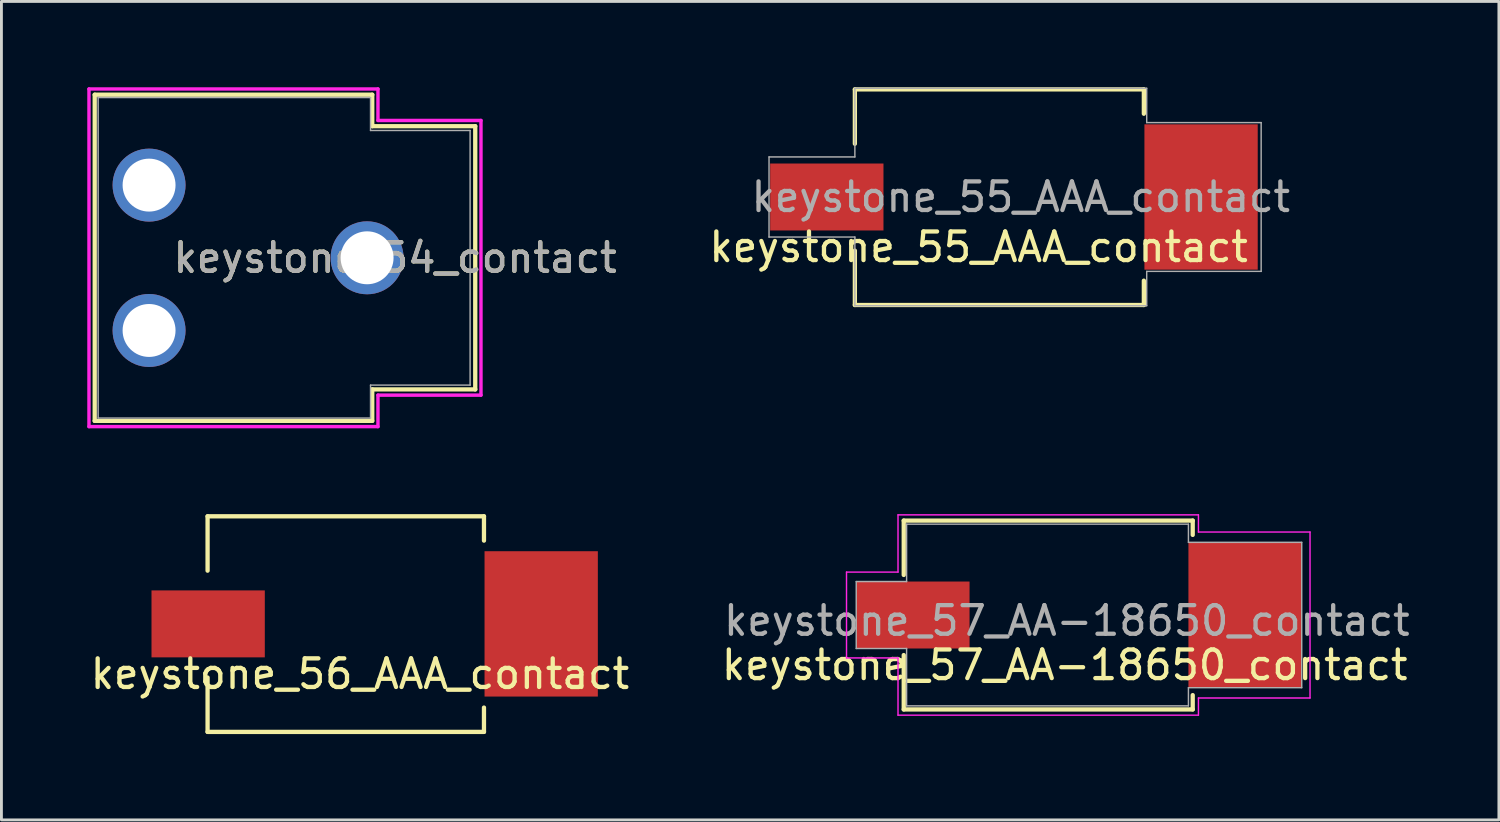
<source format=kicad_pcb>
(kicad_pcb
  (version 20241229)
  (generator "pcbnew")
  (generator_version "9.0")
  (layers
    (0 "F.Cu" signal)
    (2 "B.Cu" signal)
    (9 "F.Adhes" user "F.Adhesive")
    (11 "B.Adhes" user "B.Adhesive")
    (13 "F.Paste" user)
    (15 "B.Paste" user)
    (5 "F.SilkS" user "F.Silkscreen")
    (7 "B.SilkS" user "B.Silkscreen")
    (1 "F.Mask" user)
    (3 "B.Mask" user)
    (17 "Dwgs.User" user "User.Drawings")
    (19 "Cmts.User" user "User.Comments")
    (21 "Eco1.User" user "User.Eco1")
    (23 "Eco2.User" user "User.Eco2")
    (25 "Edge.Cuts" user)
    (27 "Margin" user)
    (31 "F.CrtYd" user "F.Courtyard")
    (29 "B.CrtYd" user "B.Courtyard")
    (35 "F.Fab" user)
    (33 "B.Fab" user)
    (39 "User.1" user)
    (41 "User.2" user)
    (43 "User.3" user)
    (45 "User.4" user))
  (footprint "keystone_56_AAA_contact"
    (layer "F.Cu")
    (at 6.205 18.755)
    (property "Reference" "keystone_56_AAA_contact" (at 3.325 1.75 0) (layer "F.SilkS") (effects (font (size 1 1) (thickness 0.15))))
    (attr through_hole)
    (fp_line (start -2 -3.76) (end -2 -1.86) (stroke (width 0.15) (type solid)) (layer "F.SilkS"))
    (fp_line (start -2 -3.76) (end 7.66 -3.76) (stroke (width 0.15) (type solid)) (layer "F.SilkS"))
    (fp_line (start -2 3.775) (end -2 1.875) (stroke (width 0.15) (type solid)) (layer "F.SilkS"))
    (fp_line (start -2 3.775) (end 7.66 3.775) (stroke (width 0.15) (type solid)) (layer "F.SilkS"))
    (fp_line (start 7.66 -3.76) (end 7.66 -2.91) (stroke (width 0.15) (type solid)) (layer "F.SilkS"))
    (fp_line (start 7.66 3.775) (end 7.66 2.925) (stroke (width 0.15) (type solid)) (layer "F.SilkS"))
    (pad "1" smd rect (at -1.98 0) (size 3.96 2.34) (layers "F.Cu" "F.Mask" "F.Paste"))
    (pad "1" smd rect (at 9.66 0) (size 3.96 5.08) (layers "F.Cu" "F.Mask" "F.Paste")))
  (footprint "keystone_57_AA-18650_contact"
    (layer "F.Cu")
    (at 30.836 18.445)
    (property "Reference" "keystone_57_AA-18650_contact" (at 3.325 1.75 0) (layer "F.SilkS") (effects (font (size 1 1) (thickness 0.15))))
    (attr smd)
    (fp_line (start -2.3 -3.3) (end -2.3 -1.4) (stroke (width 0.15) (type solid)) (layer "F.SilkS"))
    (fp_line (start -2.3 -3.3) (end 7.8 -3.3) (stroke (width 0.15) (type solid)) (layer "F.SilkS"))
    (fp_line (start -2.3 3.3) (end -2.3 1.4) (stroke (width 0.15) (type solid)) (layer "F.SilkS"))
    (fp_line (start -2.3 3.3) (end 7.8 3.3) (stroke (width 0.15) (type solid)) (layer "F.SilkS"))
    (fp_line (start 7.8 -2.8) (end 7.8 -3.3) (stroke (width 0.15) (type solid)) (layer "F.SilkS"))
    (fp_line (start 7.8 2.8) (end 7.8 3.3) (stroke (width 0.15) (type solid)) (layer "F.SilkS"))
    (fp_line (start -4.3 -1.5) (end -2.5 -1.5) (stroke (width 0.05) (type default)) (layer "F.CrtYd"))
    (fp_line (start -4.3 1.5) (end -4.3 -1.5) (stroke (width 0.05) (type default)) (layer "F.CrtYd"))
    (fp_line (start -2.5 -3.5) (end 8 -3.5) (stroke (width 0.05) (type default)) (layer "F.CrtYd"))
    (fp_line (start -2.5 -1.5) (end -2.5 -3.5) (stroke (width 0.05) (type default)) (layer "F.CrtYd"))
    (fp_line (start -2.5 1.5) (end -4.3 1.5) (stroke (width 0.05) (type default)) (layer "F.CrtYd"))
    (fp_line (start -2.5 3.5) (end -2.5 1.5) (stroke (width 0.05) (type default)) (layer "F.CrtYd"))
    (fp_line (start 8 -3.5) (end 8 -2.9) (stroke (width 0.05) (type default)) (layer "F.CrtYd"))
    (fp_line (start 8 -2.9) (end 11.9 -2.9) (stroke (width 0.05) (type default)) (layer "F.CrtYd"))
    (fp_line (start 8 2.9) (end 8 3.5) (stroke (width 0.05) (type default)) (layer "F.CrtYd"))
    (fp_line (start 8 3.5) (end -2.5 3.5) (stroke (width 0.05) (type default)) (layer "F.CrtYd"))
    (fp_line (start 11.9 -2.9) (end 11.9 2.9) (stroke (width 0.05) (type default)) (layer "F.CrtYd"))
    (fp_line (start 11.9 2.9) (end 8 2.9) (stroke (width 0.05) (type default)) (layer "F.CrtYd"))
    (fp_line (start -3.96 -1.17) (end -2.2 -1.17) (stroke (width 0.05) (type solid)) (layer "F.Fab"))
    (fp_line (start -3.96 1.17) (end -3.96 -1.17) (stroke (width 0.05) (type solid)) (layer "F.Fab"))
    (fp_line (start -3.96 1.17) (end -2.2 1.17) (stroke (width 0.05) (type solid)) (layer "F.Fab"))
    (fp_line (start -2.2 -3.175) (end -2.2 -1.17) (stroke (width 0.05) (type solid)) (layer "F.Fab"))
    (fp_line (start -2.2 1.17) (end -2.2 3.175) (stroke (width 0.05) (type solid)) (layer "F.Fab"))
    (fp_line (start 7.65 -3.175) (end -2.2 -3.175) (stroke (width 0.05) (type solid)) (layer "F.Fab"))
    (fp_line (start 7.65 -2.54) (end 7.65 -3.175) (stroke (width 0.05) (type solid)) (layer "F.Fab"))
    (fp_line (start 7.65 3.175) (end -2.2 3.175) (stroke (width 0.05) (type solid)) (layer "F.Fab"))
    (fp_line (start 7.65 3.175) (end 7.65 2.54) (stroke (width 0.05) (type solid)) (layer "F.Fab"))
    (fp_line (start 11.61 -2.54) (end 7.65 -2.54) (stroke (width 0.05) (type solid)) (layer "F.Fab"))
    (fp_line (start 11.61 2.54) (end 7.65 2.54) (stroke (width 0.05) (type solid)) (layer "F.Fab"))
    (fp_line (start 11.61 2.54) (end 11.61 -2.54) (stroke (width 0.05) (type solid)) (layer "F.Fab"))
    (fp_text user "${REFERENCE}" (at 3.4 0.2 0) (layer "F.Fab") (effects (font (size 1 1) (thickness 0.15))))
    (pad "1" smd rect (at -1.98 0) (size 3.96 2.34) (layers "F.Cu" "F.Mask" "F.Paste"))
    (pad "1" smd rect (at 9.63 0) (size 3.96 5.08) (layers "F.Cu" "F.Mask" "F.Paste")))
  (footprint "keystone_54_contact"
    (layer "F.Cu")
    (at 2.16 5.96)
    (property "Reference" "keystone_54_contact" (at 8.6 0 0) (layer "F.SilkS") (effects (font (size 1 1) (thickness 0.15))))
    (attr through_hole)
    (fp_line (start -1.9 -5.7) (end -1.9 5.7) (stroke (width 0.15) (type solid)) (layer "F.SilkS"))
    (fp_line (start -1.9 -5.7) (end 7.8 -5.7) (stroke (width 0.15) (type solid)) (layer "F.SilkS"))
    (fp_line (start 7.8 -4.6) (end 7.8 -5.7) (stroke (width 0.15) (type solid)) (layer "F.SilkS"))
    (fp_line (start 7.8 -4.6) (end 11.4 -4.6) (stroke (width 0.15) (type solid)) (layer "F.SilkS"))
    (fp_line (start 7.8 4.6) (end 11.4 4.6) (stroke (width 0.15) (type solid)) (layer "F.SilkS"))
    (fp_line (start 7.8 5.7) (end -1.9 5.7) (stroke (width 0.15) (type solid)) (layer "F.SilkS"))
    (fp_line (start 7.8 5.7) (end 7.8 4.6) (stroke (width 0.15) (type solid)) (layer "F.SilkS"))
    (fp_line (start 11.4 -4.6) (end 11.4 4.6) (stroke (width 0.15) (type solid)) (layer "F.SilkS"))
    (fp_line (start -2.1 -5.9) (end 8 -5.9) (stroke (width 0.12) (type solid)) (layer "F.CrtYd"))
    (fp_line (start -2.1 5.9) (end -2.1 -5.9) (stroke (width 0.12) (type solid)) (layer "F.CrtYd"))
    (fp_line (start -2.1 5.9) (end 8 5.9) (stroke (width 0.12) (type solid)) (layer "F.CrtYd"))
    (fp_line (start 8 -4.8) (end 8 -5.9) (stroke (width 0.12) (type solid)) (layer "F.CrtYd"))
    (fp_line (start 8 4.8) (end 8 5.9) (stroke (width 0.12) (type solid)) (layer "F.CrtYd"))
    (fp_line (start 11.6 -4.8) (end 8 -4.8) (stroke (width 0.12) (type solid)) (layer "F.CrtYd"))
    (fp_line (start 11.6 4.8) (end 8 4.8) (stroke (width 0.12) (type solid)) (layer "F.CrtYd"))
    (fp_line (start 11.6 4.8) (end 11.6 -4.8) (stroke (width 0.12) (type solid)) (layer "F.CrtYd"))
    (fp_line (start -1.78 -5.6) (end -1.78 5.6) (stroke (width 0.05) (type solid)) (layer "F.Fab"))
    (fp_line (start 7.74 -5.6) (end -1.78 -5.6) (stroke (width 0.05) (type solid)) (layer "F.Fab"))
    (fp_line (start 7.74 -5.6) (end 7.74 -4.45) (stroke (width 0.05) (type solid)) (layer "F.Fab"))
    (fp_line (start 7.74 4.45) (end 7.74 5.6) (stroke (width 0.05) (type solid)) (layer "F.Fab"))
    (fp_line (start 7.74 5.6) (end -1.78 5.6) (stroke (width 0.05) (type solid)) (layer "F.Fab"))
    (fp_line (start 11.22 -4.45) (end 7.74 -4.45) (stroke (width 0.05) (type solid)) (layer "F.Fab"))
    (fp_line (start 11.22 -4.45) (end 11.22 4.45) (stroke (width 0.05) (type solid)) (layer "F.Fab"))
    (fp_line (start 11.22 4.45) (end 7.74 4.45) (stroke (width 0.05) (type solid)) (layer "F.Fab"))
    (fp_text user "${REFERENCE}" (at 8.6 0 0) (layer "F.Fab") (effects (font (size 1 1) (thickness 0.15))))
    (pad "1" thru_hole circle (at 0 -2.54) (size 2.55 2.55) (drill 1.85) (layers "*.Cu" "*.Mask"))
    (pad "1" thru_hole circle (at 0 2.54) (size 2.55 2.55) (drill 1.85) (layers "*.Cu" "*.Mask"))
    (pad "1" thru_hole circle (at 7.62 0) (size 2.55 2.55) (drill 1.85) (layers "*.Cu" "*.Mask")))
  (footprint "keystone_55_AAA_contact"
    (layer "F.Cu")
    (at 27.828 3.835)
    (property "Reference" "keystone_55_AAA_contact" (at 3.325 1.75 0) (layer "F.SilkS") (effects (font (size 1 1) (thickness 0.15))))
    (attr through_hole)
    (fp_line (start -1 -3.76) (end -1 -1.86) (stroke (width 0.15) (type solid)) (layer "F.SilkS"))
    (fp_line (start -1 -3.76) (end 9.1 -3.76) (stroke (width 0.15) (type solid)) (layer "F.SilkS"))
    (fp_line (start -1 3.775) (end -1 1.875) (stroke (width 0.15) (type solid)) (layer "F.SilkS"))
    (fp_line (start -1 3.775) (end 9.1 3.775) (stroke (width 0.15) (type solid)) (layer "F.SilkS"))
    (fp_line (start 9.1 -3.76) (end 9.1 -2.91) (stroke (width 0.15) (type solid)) (layer "F.SilkS"))
    (fp_line (start 9.1 3.775) (end 9.1 2.925) (stroke (width 0.15) (type solid)) (layer "F.SilkS"))
    (fp_line (start -4 -1.4) (end -1 -1.4) (stroke (width 0.05) (type solid)) (layer "F.Fab"))
    (fp_line (start -4 1.4) (end -4 -1.4) (stroke (width 0.05) (type solid)) (layer "F.Fab"))
    (fp_line (start -1 -3.8) (end 9.2 -3.8) (stroke (width 0.05) (type solid)) (layer "F.Fab"))
    (fp_line (start -1 -1.4) (end -1 -3.8) (stroke (width 0.05) (type solid)) (layer "F.Fab"))
    (fp_line (start -1 1.4) (end -4 1.4) (stroke (width 0.05) (type solid)) (layer "F.Fab"))
    (fp_line (start -1 3.8) (end -1 1.4) (stroke (width 0.05) (type solid)) (layer "F.Fab"))
    (fp_line (start 9.2 -3.8) (end 9.2 -2.6) (stroke (width 0.05) (type solid)) (layer "F.Fab"))
    (fp_line (start 9.2 -2.6) (end 13.2 -2.6) (stroke (width 0.05) (type solid)) (layer "F.Fab"))
    (fp_line (start 9.2 2.6) (end 9.2 3.8) (stroke (width 0.05) (type solid)) (layer "F.Fab"))
    (fp_line (start 9.2 3.8) (end -1 3.8) (stroke (width 0.05) (type solid)) (layer "F.Fab"))
    (fp_line (start 13.2 -2.6) (end 13.2 2.6) (stroke (width 0.05) (type solid)) (layer "F.Fab"))
    (fp_line (start 13.2 2.6) (end 9.2 2.6) (stroke (width 0.05) (type solid)) (layer "F.Fab"))
    (fp_text user "${REFERENCE}" (at 4.8 0 0) (layer "F.Fab") (effects (font (size 1 1) (thickness 0.15))))
    (pad "1" smd rect (at -1.98 0) (size 3.96 2.34) (layers "F.Cu" "F.Mask" "F.Paste"))
    (pad "1" smd rect (at 11.1 0) (size 3.96 5.08) (layers "F.Cu" "F.Mask" "F.Paste")))
  (gr_rect
    (start -3 -3)
    (end 49.337 25.605)
    (stroke (width 0.1) (type default))
    (fill no)
    (layer "Edge.Cuts")))
</source>
